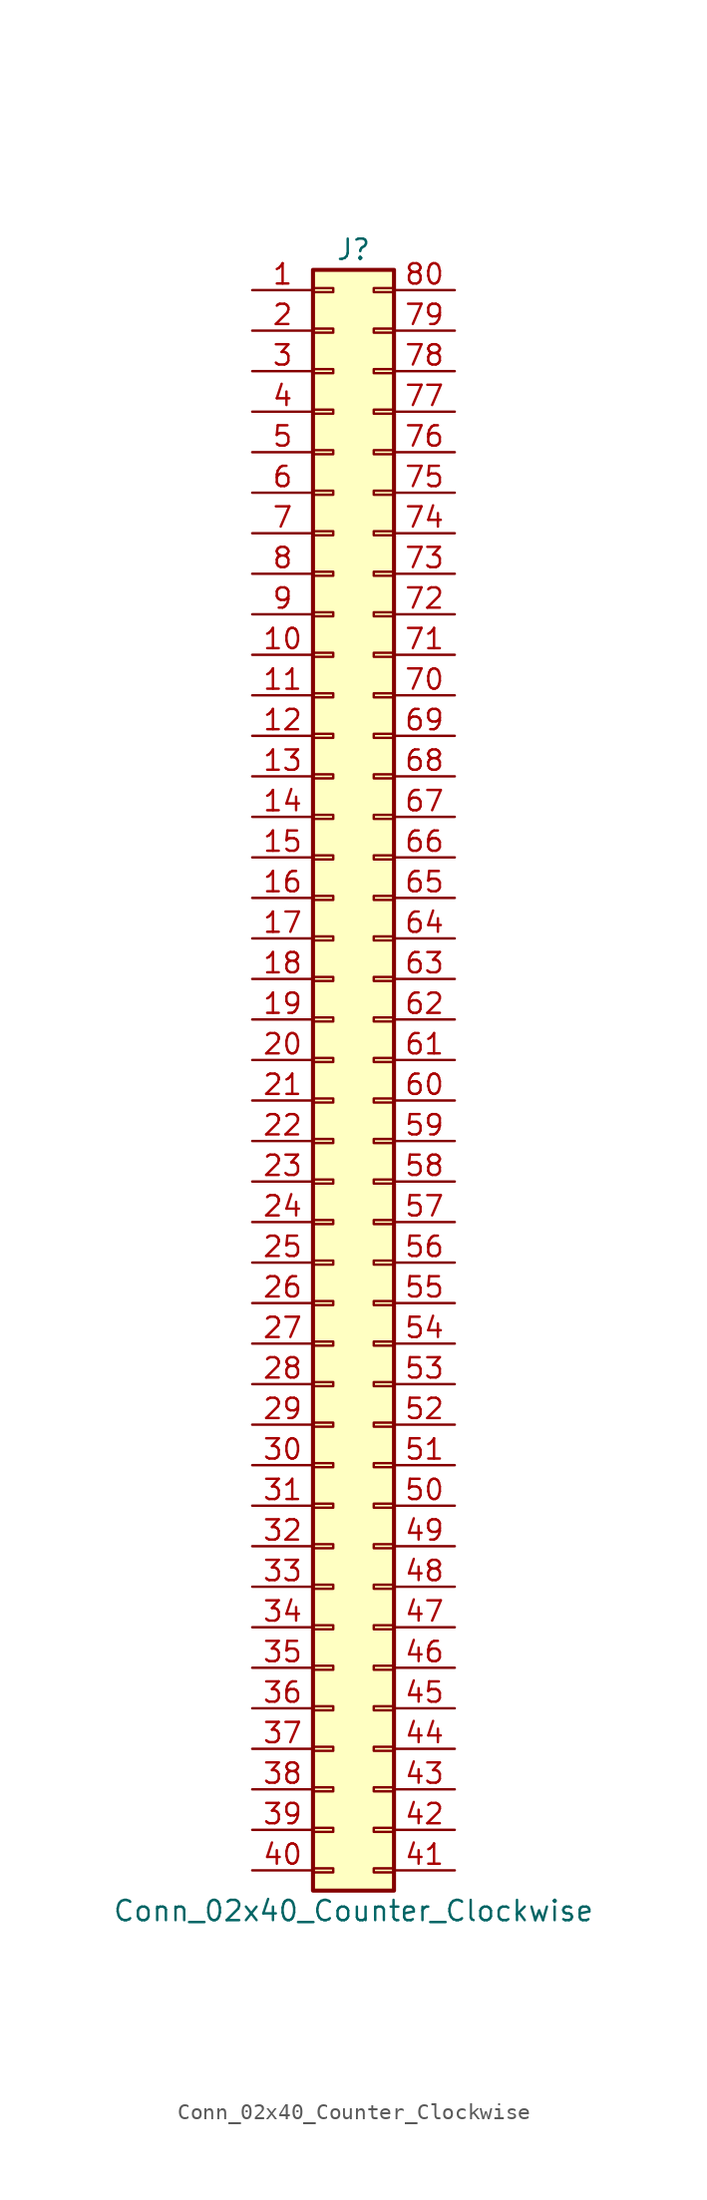
<source format=kicad_sym>
(kicad_symbol_lib
  (version 20201005)
  (generator kicad_symbol_editor)
  (symbol "Conn_02x40_Counter_Clockwise"
    (pin_names
      (offset 1.016) hide)
    (property "Reference" "J"
      (at 1.27 50.8 0)
      (effects (font (size 1.27 1.27))))
    (property "Value" "Conn_02x40_Counter_Clockwise"
      (at 1.27 -53.34 0)
      (effects (font (size 1.27 1.27))))
    (symbol "Conn_02x40_Counter_Clockwise_1_1"
      (rectangle (start -1.27 -50.673) (end 0 -50.927) (stroke (width 0.152)) (fill (type none)))
      (rectangle (start -1.27 -48.133) (end 0 -48.387) (stroke (width 0.152)) (fill (type none)))
      (rectangle (start -1.27 -45.593) (end 0 -45.847) (stroke (width 0.152)) (fill (type none)))
      (rectangle (start -1.27 -43.053) (end 0 -43.307) (stroke (width 0.152)) (fill (type none)))
      (rectangle (start -1.27 -40.513) (end 0 -40.767) (stroke (width 0.152)) (fill (type none)))
      (rectangle (start -1.27 -37.973) (end 0 -38.227) (stroke (width 0.152)) (fill (type none)))
      (rectangle (start -1.27 -35.433) (end 0 -35.687) (stroke (width 0.152)) (fill (type none)))
      (rectangle (start -1.27 -32.893) (end 0 -33.147) (stroke (width 0.152)) (fill (type none)))
      (rectangle (start -1.27 -30.353) (end 0 -30.607) (stroke (width 0.152)) (fill (type none)))
      (rectangle (start -1.27 -27.813) (end 0 -28.067) (stroke (width 0.152)) (fill (type none)))
      (rectangle (start -1.27 -25.273) (end 0 -25.527) (stroke (width 0.152)) (fill (type none)))
      (rectangle (start -1.27 -22.733) (end 0 -22.987) (stroke (width 0.152)) (fill (type none)))
      (rectangle (start -1.27 -20.193) (end 0 -20.447) (stroke (width 0.152)) (fill (type none)))
      (rectangle (start -1.27 -17.653) (end 0 -17.907) (stroke (width 0.152)) (fill (type none)))
      (rectangle (start -1.27 -15.113) (end 0 -15.367) (stroke (width 0.152)) (fill (type none)))
      (rectangle (start -1.27 -12.573) (end 0 -12.827) (stroke (width 0.152)) (fill (type none)))
      (rectangle (start -1.27 -10.033) (end 0 -10.287) (stroke (width 0.152)) (fill (type none)))
      (rectangle (start -1.27 -7.493) (end 0 -7.747) (stroke (width 0.152)) (fill (type none)))
      (rectangle (start -1.27 -4.953) (end 0 -5.207) (stroke (width 0.152)) (fill (type none)))
      (rectangle (start -1.27 -2.413) (end 0 -2.667) (stroke (width 0.152)) (fill (type none)))
      (rectangle (start -1.27 0.127) (end 0 -0.127) (stroke (width 0.152)) (fill (type none)))
      (rectangle (start -1.27 2.667) (end 0 2.413) (stroke (width 0.152)) (fill (type none)))
      (rectangle (start -1.27 5.207) (end 0 4.953) (stroke (width 0.152)) (fill (type none)))
      (rectangle (start -1.27 7.747) (end 0 7.493) (stroke (width 0.152)) (fill (type none)))
      (rectangle (start -1.27 10.287) (end 0 10.033) (stroke (width 0.152)) (fill (type none)))
      (rectangle (start -1.27 12.827) (end 0 12.573) (stroke (width 0.152)) (fill (type none)))
      (rectangle (start -1.27 15.367) (end 0 15.113) (stroke (width 0.152)) (fill (type none)))
      (rectangle (start -1.27 17.907) (end 0 17.653) (stroke (width 0.152)) (fill (type none)))
      (rectangle (start -1.27 20.447) (end 0 20.193) (stroke (width 0.152)) (fill (type none)))
      (rectangle (start -1.27 22.987) (end 0 22.733) (stroke (width 0.152)) (fill (type none)))
      (rectangle (start -1.27 25.527) (end 0 25.273) (stroke (width 0.152)) (fill (type none)))
      (rectangle (start -1.27 28.067) (end 0 27.813) (stroke (width 0.152)) (fill (type none)))
      (rectangle (start -1.27 30.607) (end 0 30.353) (stroke (width 0.152)) (fill (type none)))
      (rectangle (start -1.27 33.147) (end 0 32.893) (stroke (width 0.152)) (fill (type none)))
      (rectangle (start -1.27 35.687) (end 0 35.433) (stroke (width 0.152)) (fill (type none)))
      (rectangle (start -1.27 38.227) (end 0 37.973) (stroke (width 0.152)) (fill (type none)))
      (rectangle (start -1.27 40.767) (end 0 40.513) (stroke (width 0.152)) (fill (type none)))
      (rectangle (start -1.27 43.307) (end 0 43.053) (stroke (width 0.152)) (fill (type none)))
      (rectangle (start -1.27 45.847) (end 0 45.593) (stroke (width 0.152)) (fill (type none)))
      (rectangle (start -1.27 48.387) (end 0 48.133) (stroke (width 0.152)) (fill (type none)))
      (rectangle (start -1.27 49.53) (end 3.81 -52.07) (stroke (width 0.254)) (fill (type background)))
      (rectangle (start 3.81 -50.673) (end 2.54 -50.927) (stroke (width 0.152)) (fill (type none)))
      (rectangle (start 3.81 -48.133) (end 2.54 -48.387) (stroke (width 0.152)) (fill (type none)))
      (rectangle (start 3.81 -45.593) (end 2.54 -45.847) (stroke (width 0.152)) (fill (type none)))
      (rectangle (start 3.81 -43.053) (end 2.54 -43.307) (stroke (width 0.152)) (fill (type none)))
      (rectangle (start 3.81 -40.513) (end 2.54 -40.767) (stroke (width 0.152)) (fill (type none)))
      (rectangle (start 3.81 -37.973) (end 2.54 -38.227) (stroke (width 0.152)) (fill (type none)))
      (rectangle (start 3.81 -35.433) (end 2.54 -35.687) (stroke (width 0.152)) (fill (type none)))
      (rectangle (start 3.81 -32.893) (end 2.54 -33.147) (stroke (width 0.152)) (fill (type none)))
      (rectangle (start 3.81 -30.353) (end 2.54 -30.607) (stroke (width 0.152)) (fill (type none)))
      (rectangle (start 3.81 -27.813) (end 2.54 -28.067) (stroke (width 0.152)) (fill (type none)))
      (rectangle (start 3.81 -25.273) (end 2.54 -25.527) (stroke (width 0.152)) (fill (type none)))
      (rectangle (start 3.81 -22.733) (end 2.54 -22.987) (stroke (width 0.152)) (fill (type none)))
      (rectangle (start 3.81 -20.193) (end 2.54 -20.447) (stroke (width 0.152)) (fill (type none)))
      (rectangle (start 3.81 -17.653) (end 2.54 -17.907) (stroke (width 0.152)) (fill (type none)))
      (rectangle (start 3.81 -15.113) (end 2.54 -15.367) (stroke (width 0.152)) (fill (type none)))
      (rectangle (start 3.81 -12.573) (end 2.54 -12.827) (stroke (width 0.152)) (fill (type none)))
      (rectangle (start 3.81 -10.033) (end 2.54 -10.287) (stroke (width 0.152)) (fill (type none)))
      (rectangle (start 3.81 -7.493) (end 2.54 -7.747) (stroke (width 0.152)) (fill (type none)))
      (rectangle (start 3.81 -4.953) (end 2.54 -5.207) (stroke (width 0.152)) (fill (type none)))
      (rectangle (start 3.81 -2.413) (end 2.54 -2.667) (stroke (width 0.152)) (fill (type none)))
      (rectangle (start 3.81 0.127) (end 2.54 -0.127) (stroke (width 0.152)) (fill (type none)))
      (rectangle (start 3.81 2.667) (end 2.54 2.413) (stroke (width 0.152)) (fill (type none)))
      (rectangle (start 3.81 5.207) (end 2.54 4.953) (stroke (width 0.152)) (fill (type none)))
      (rectangle (start 3.81 7.747) (end 2.54 7.493) (stroke (width 0.152)) (fill (type none)))
      (rectangle (start 3.81 10.287) (end 2.54 10.033) (stroke (width 0.152)) (fill (type none)))
      (rectangle (start 3.81 12.827) (end 2.54 12.573) (stroke (width 0.152)) (fill (type none)))
      (rectangle (start 3.81 15.367) (end 2.54 15.113) (stroke (width 0.152)) (fill (type none)))
      (rectangle (start 3.81 17.907) (end 2.54 17.653) (stroke (width 0.152)) (fill (type none)))
      (rectangle (start 3.81 20.447) (end 2.54 20.193) (stroke (width 0.152)) (fill (type none)))
      (rectangle (start 3.81 22.987) (end 2.54 22.733) (stroke (width 0.152)) (fill (type none)))
      (rectangle (start 3.81 25.527) (end 2.54 25.273) (stroke (width 0.152)) (fill (type none)))
      (rectangle (start 3.81 28.067) (end 2.54 27.813) (stroke (width 0.152)) (fill (type none)))
      (rectangle (start 3.81 30.607) (end 2.54 30.353) (stroke (width 0.152)) (fill (type none)))
      (rectangle (start 3.81 33.147) (end 2.54 32.893) (stroke (width 0.152)) (fill (type none)))
      (rectangle (start 3.81 35.687) (end 2.54 35.433) (stroke (width 0.152)) (fill (type none)))
      (rectangle (start 3.81 38.227) (end 2.54 37.973) (stroke (width 0.152)) (fill (type none)))
      (rectangle (start 3.81 40.767) (end 2.54 40.513) (stroke (width 0.152)) (fill (type none)))
      (rectangle (start 3.81 43.307) (end 2.54 43.053) (stroke (width 0.152)) (fill (type none)))
      (rectangle (start 3.81 45.847) (end 2.54 45.593) (stroke (width 0.152)) (fill (type none)))
      (rectangle (start 3.81 48.387) (end 2.54 48.133) (stroke (width 0.152)) (fill (type none)))
      (pin passive line (at -5.08 48.26 0) (length 3.81) (name "Pin_1" (effects (font (size 1.27 1.27)))) (number "1" (effects (font (size 1.27 1.27)))))
      (pin passive line (at -5.08 25.4 0) (length 3.81) (name "Pin_10" (effects (font (size 1.27 1.27)))) (number "10" (effects (font (size 1.27 1.27)))))
      (pin passive line (at -5.08 22.86 0) (length 3.81) (name "Pin_11" (effects (font (size 1.27 1.27)))) (number "11" (effects (font (size 1.27 1.27)))))
      (pin passive line (at -5.08 20.32 0) (length 3.81) (name "Pin_12" (effects (font (size 1.27 1.27)))) (number "12" (effects (font (size 1.27 1.27)))))
      (pin passive line (at -5.08 17.78 0) (length 3.81) (name "Pin_13" (effects (font (size 1.27 1.27)))) (number "13" (effects (font (size 1.27 1.27)))))
      (pin passive line (at -5.08 15.24 0) (length 3.81) (name "Pin_14" (effects (font (size 1.27 1.27)))) (number "14" (effects (font (size 1.27 1.27)))))
      (pin passive line (at -5.08 12.7 0) (length 3.81) (name "Pin_15" (effects (font (size 1.27 1.27)))) (number "15" (effects (font (size 1.27 1.27)))))
      (pin passive line (at -5.08 10.16 0) (length 3.81) (name "Pin_16" (effects (font (size 1.27 1.27)))) (number "16" (effects (font (size 1.27 1.27)))))
      (pin passive line (at -5.08 7.62 0) (length 3.81) (name "Pin_17" (effects (font (size 1.27 1.27)))) (number "17" (effects (font (size 1.27 1.27)))))
      (pin passive line (at -5.08 5.08 0) (length 3.81) (name "Pin_18" (effects (font (size 1.27 1.27)))) (number "18" (effects (font (size 1.27 1.27)))))
      (pin passive line (at -5.08 2.54 0) (length 3.81) (name "Pin_19" (effects (font (size 1.27 1.27)))) (number "19" (effects (font (size 1.27 1.27)))))
      (pin passive line (at -5.08 45.72 0) (length 3.81) (name "Pin_2" (effects (font (size 1.27 1.27)))) (number "2" (effects (font (size 1.27 1.27)))))
      (pin passive line (at -5.08 0 0) (length 3.81) (name "Pin_20" (effects (font (size 1.27 1.27)))) (number "20" (effects (font (size 1.27 1.27)))))
      (pin passive line (at -5.08 -2.54 0) (length 3.81) (name "Pin_21" (effects (font (size 1.27 1.27)))) (number "21" (effects (font (size 1.27 1.27)))))
      (pin passive line (at -5.08 -5.08 0) (length 3.81) (name "Pin_22" (effects (font (size 1.27 1.27)))) (number "22" (effects (font (size 1.27 1.27)))))
      (pin passive line (at -5.08 -7.62 0) (length 3.81) (name "Pin_23" (effects (font (size 1.27 1.27)))) (number "23" (effects (font (size 1.27 1.27)))))
      (pin passive line (at -5.08 -10.16 0) (length 3.81) (name "Pin_24" (effects (font (size 1.27 1.27)))) (number "24" (effects (font (size 1.27 1.27)))))
      (pin passive line (at -5.08 -12.7 0) (length 3.81) (name "Pin_25" (effects (font (size 1.27 1.27)))) (number "25" (effects (font (size 1.27 1.27)))))
      (pin passive line (at -5.08 -15.24 0) (length 3.81) (name "Pin_26" (effects (font (size 1.27 1.27)))) (number "26" (effects (font (size 1.27 1.27)))))
      (pin passive line (at -5.08 -17.78 0) (length 3.81) (name "Pin_27" (effects (font (size 1.27 1.27)))) (number "27" (effects (font (size 1.27 1.27)))))
      (pin passive line (at -5.08 -20.32 0) (length 3.81) (name "Pin_28" (effects (font (size 1.27 1.27)))) (number "28" (effects (font (size 1.27 1.27)))))
      (pin passive line (at -5.08 -22.86 0) (length 3.81) (name "Pin_29" (effects (font (size 1.27 1.27)))) (number "29" (effects (font (size 1.27 1.27)))))
      (pin passive line (at -5.08 43.18 0) (length 3.81) (name "Pin_3" (effects (font (size 1.27 1.27)))) (number "3" (effects (font (size 1.27 1.27)))))
      (pin passive line (at -5.08 -25.4 0) (length 3.81) (name "Pin_30" (effects (font (size 1.27 1.27)))) (number "30" (effects (font (size 1.27 1.27)))))
      (pin passive line (at -5.08 -27.94 0) (length 3.81) (name "Pin_31" (effects (font (size 1.27 1.27)))) (number "31" (effects (font (size 1.27 1.27)))))
      (pin passive line (at -5.08 -30.48 0) (length 3.81) (name "Pin_32" (effects (font (size 1.27 1.27)))) (number "32" (effects (font (size 1.27 1.27)))))
      (pin passive line (at -5.08 -33.02 0) (length 3.81) (name "Pin_33" (effects (font (size 1.27 1.27)))) (number "33" (effects (font (size 1.27 1.27)))))
      (pin passive line (at -5.08 -35.56 0) (length 3.81) (name "Pin_34" (effects (font (size 1.27 1.27)))) (number "34" (effects (font (size 1.27 1.27)))))
      (pin passive line (at -5.08 -38.1 0) (length 3.81) (name "Pin_35" (effects (font (size 1.27 1.27)))) (number "35" (effects (font (size 1.27 1.27)))))
      (pin passive line (at -5.08 -40.64 0) (length 3.81) (name "Pin_36" (effects (font (size 1.27 1.27)))) (number "36" (effects (font (size 1.27 1.27)))))
      (pin passive line (at -5.08 -43.18 0) (length 3.81) (name "Pin_37" (effects (font (size 1.27 1.27)))) (number "37" (effects (font (size 1.27 1.27)))))
      (pin passive line (at -5.08 -45.72 0) (length 3.81) (name "Pin_38" (effects (font (size 1.27 1.27)))) (number "38" (effects (font (size 1.27 1.27)))))
      (pin passive line (at -5.08 -48.26 0) (length 3.81) (name "Pin_39" (effects (font (size 1.27 1.27)))) (number "39" (effects (font (size 1.27 1.27)))))
      (pin passive line (at -5.08 40.64 0) (length 3.81) (name "Pin_4" (effects (font (size 1.27 1.27)))) (number "4" (effects (font (size 1.27 1.27)))))
      (pin passive line (at -5.08 -50.8 0) (length 3.81) (name "Pin_40" (effects (font (size 1.27 1.27)))) (number "40" (effects (font (size 1.27 1.27)))))
      (pin passive line (at 7.62 -50.8 180) (length 3.81) (name "Pin_41" (effects (font (size 1.27 1.27)))) (number "41" (effects (font (size 1.27 1.27)))))
      (pin passive line (at 7.62 -48.26 180) (length 3.81) (name "Pin_42" (effects (font (size 1.27 1.27)))) (number "42" (effects (font (size 1.27 1.27)))))
      (pin passive line (at 7.62 -45.72 180) (length 3.81) (name "Pin_43" (effects (font (size 1.27 1.27)))) (number "43" (effects (font (size 1.27 1.27)))))
      (pin passive line (at 7.62 -43.18 180) (length 3.81) (name "Pin_44" (effects (font (size 1.27 1.27)))) (number "44" (effects (font (size 1.27 1.27)))))
      (pin passive line (at 7.62 -40.64 180) (length 3.81) (name "Pin_45" (effects (font (size 1.27 1.27)))) (number "45" (effects (font (size 1.27 1.27)))))
      (pin passive line (at 7.62 -38.1 180) (length 3.81) (name "Pin_46" (effects (font (size 1.27 1.27)))) (number "46" (effects (font (size 1.27 1.27)))))
      (pin passive line (at 7.62 -35.56 180) (length 3.81) (name "Pin_47" (effects (font (size 1.27 1.27)))) (number "47" (effects (font (size 1.27 1.27)))))
      (pin passive line (at 7.62 -33.02 180) (length 3.81) (name "Pin_48" (effects (font (size 1.27 1.27)))) (number "48" (effects (font (size 1.27 1.27)))))
      (pin passive line (at 7.62 -30.48 180) (length 3.81) (name "Pin_49" (effects (font (size 1.27 1.27)))) (number "49" (effects (font (size 1.27 1.27)))))
      (pin passive line (at -5.08 38.1 0) (length 3.81) (name "Pin_5" (effects (font (size 1.27 1.27)))) (number "5" (effects (font (size 1.27 1.27)))))
      (pin passive line (at 7.62 -27.94 180) (length 3.81) (name "Pin_50" (effects (font (size 1.27 1.27)))) (number "50" (effects (font (size 1.27 1.27)))))
      (pin passive line (at 7.62 -25.4 180) (length 3.81) (name "Pin_51" (effects (font (size 1.27 1.27)))) (number "51" (effects (font (size 1.27 1.27)))))
      (pin passive line (at 7.62 -22.86 180) (length 3.81) (name "Pin_52" (effects (font (size 1.27 1.27)))) (number "52" (effects (font (size 1.27 1.27)))))
      (pin passive line (at 7.62 -20.32 180) (length 3.81) (name "Pin_53" (effects (font (size 1.27 1.27)))) (number "53" (effects (font (size 1.27 1.27)))))
      (pin passive line (at 7.62 -17.78 180) (length 3.81) (name "Pin_54" (effects (font (size 1.27 1.27)))) (number "54" (effects (font (size 1.27 1.27)))))
      (pin passive line (at 7.62 -15.24 180) (length 3.81) (name "Pin_55" (effects (font (size 1.27 1.27)))) (number "55" (effects (font (size 1.27 1.27)))))
      (pin passive line (at 7.62 -12.7 180) (length 3.81) (name "Pin_56" (effects (font (size 1.27 1.27)))) (number "56" (effects (font (size 1.27 1.27)))))
      (pin passive line (at 7.62 -10.16 180) (length 3.81) (name "Pin_57" (effects (font (size 1.27 1.27)))) (number "57" (effects (font (size 1.27 1.27)))))
      (pin passive line (at 7.62 -7.62 180) (length 3.81) (name "Pin_58" (effects (font (size 1.27 1.27)))) (number "58" (effects (font (size 1.27 1.27)))))
      (pin passive line (at 7.62 -5.08 180) (length 3.81) (name "Pin_59" (effects (font (size 1.27 1.27)))) (number "59" (effects (font (size 1.27 1.27)))))
      (pin passive line (at -5.08 35.56 0) (length 3.81) (name "Pin_6" (effects (font (size 1.27 1.27)))) (number "6" (effects (font (size 1.27 1.27)))))
      (pin passive line (at 7.62 -2.54 180) (length 3.81) (name "Pin_60" (effects (font (size 1.27 1.27)))) (number "60" (effects (font (size 1.27 1.27)))))
      (pin passive line (at 7.62 0 180) (length 3.81) (name "Pin_61" (effects (font (size 1.27 1.27)))) (number "61" (effects (font (size 1.27 1.27)))))
      (pin passive line (at 7.62 2.54 180) (length 3.81) (name "Pin_62" (effects (font (size 1.27 1.27)))) (number "62" (effects (font (size 1.27 1.27)))))
      (pin passive line (at 7.62 5.08 180) (length 3.81) (name "Pin_63" (effects (font (size 1.27 1.27)))) (number "63" (effects (font (size 1.27 1.27)))))
      (pin passive line (at 7.62 7.62 180) (length 3.81) (name "Pin_64" (effects (font (size 1.27 1.27)))) (number "64" (effects (font (size 1.27 1.27)))))
      (pin passive line (at 7.62 10.16 180) (length 3.81) (name "Pin_65" (effects (font (size 1.27 1.27)))) (number "65" (effects (font (size 1.27 1.27)))))
      (pin passive line (at 7.62 12.7 180) (length 3.81) (name "Pin_66" (effects (font (size 1.27 1.27)))) (number "66" (effects (font (size 1.27 1.27)))))
      (pin passive line (at 7.62 15.24 180) (length 3.81) (name "Pin_67" (effects (font (size 1.27 1.27)))) (number "67" (effects (font (size 1.27 1.27)))))
      (pin passive line (at 7.62 17.78 180) (length 3.81) (name "Pin_68" (effects (font (size 1.27 1.27)))) (number "68" (effects (font (size 1.27 1.27)))))
      (pin passive line (at 7.62 20.32 180) (length 3.81) (name "Pin_69" (effects (font (size 1.27 1.27)))) (number "69" (effects (font (size 1.27 1.27)))))
      (pin passive line (at -5.08 33.02 0) (length 3.81) (name "Pin_7" (effects (font (size 1.27 1.27)))) (number "7" (effects (font (size 1.27 1.27)))))
      (pin passive line (at 7.62 22.86 180) (length 3.81) (name "Pin_70" (effects (font (size 1.27 1.27)))) (number "70" (effects (font (size 1.27 1.27)))))
      (pin passive line (at 7.62 25.4 180) (length 3.81) (name "Pin_71" (effects (font (size 1.27 1.27)))) (number "71" (effects (font (size 1.27 1.27)))))
      (pin passive line (at 7.62 27.94 180) (length 3.81) (name "Pin_72" (effects (font (size 1.27 1.27)))) (number "72" (effects (font (size 1.27 1.27)))))
      (pin passive line (at 7.62 30.48 180) (length 3.81) (name "Pin_73" (effects (font (size 1.27 1.27)))) (number "73" (effects (font (size 1.27 1.27)))))
      (pin passive line (at 7.62 33.02 180) (length 3.81) (name "Pin_74" (effects (font (size 1.27 1.27)))) (number "74" (effects (font (size 1.27 1.27)))))
      (pin passive line (at 7.62 35.56 180) (length 3.81) (name "Pin_75" (effects (font (size 1.27 1.27)))) (number "75" (effects (font (size 1.27 1.27)))))
      (pin passive line (at 7.62 38.1 180) (length 3.81) (name "Pin_76" (effects (font (size 1.27 1.27)))) (number "76" (effects (font (size 1.27 1.27)))))
      (pin passive line (at 7.62 40.64 180) (length 3.81) (name "Pin_77" (effects (font (size 1.27 1.27)))) (number "77" (effects (font (size 1.27 1.27)))))
      (pin passive line (at 7.62 43.18 180) (length 3.81) (name "Pin_78" (effects (font (size 1.27 1.27)))) (number "78" (effects (font (size 1.27 1.27)))))
      (pin passive line (at 7.62 45.72 180) (length 3.81) (name "Pin_79" (effects (font (size 1.27 1.27)))) (number "79" (effects (font (size 1.27 1.27)))))
      (pin passive line (at -5.08 30.48 0) (length 3.81) (name "Pin_8" (effects (font (size 1.27 1.27)))) (number "8" (effects (font (size 1.27 1.27)))))
      (pin passive line (at 7.62 48.26 180) (length 3.81) (name "Pin_80" (effects (font (size 1.27 1.27)))) (number "80" (effects (font (size 1.27 1.27)))))
      (pin passive line (at -5.08 27.94 0) (length 3.81) (name "Pin_9" (effects (font (size 1.27 1.27)))) (number "9" (effects (font (size 1.27 1.27))))))))
</source>
